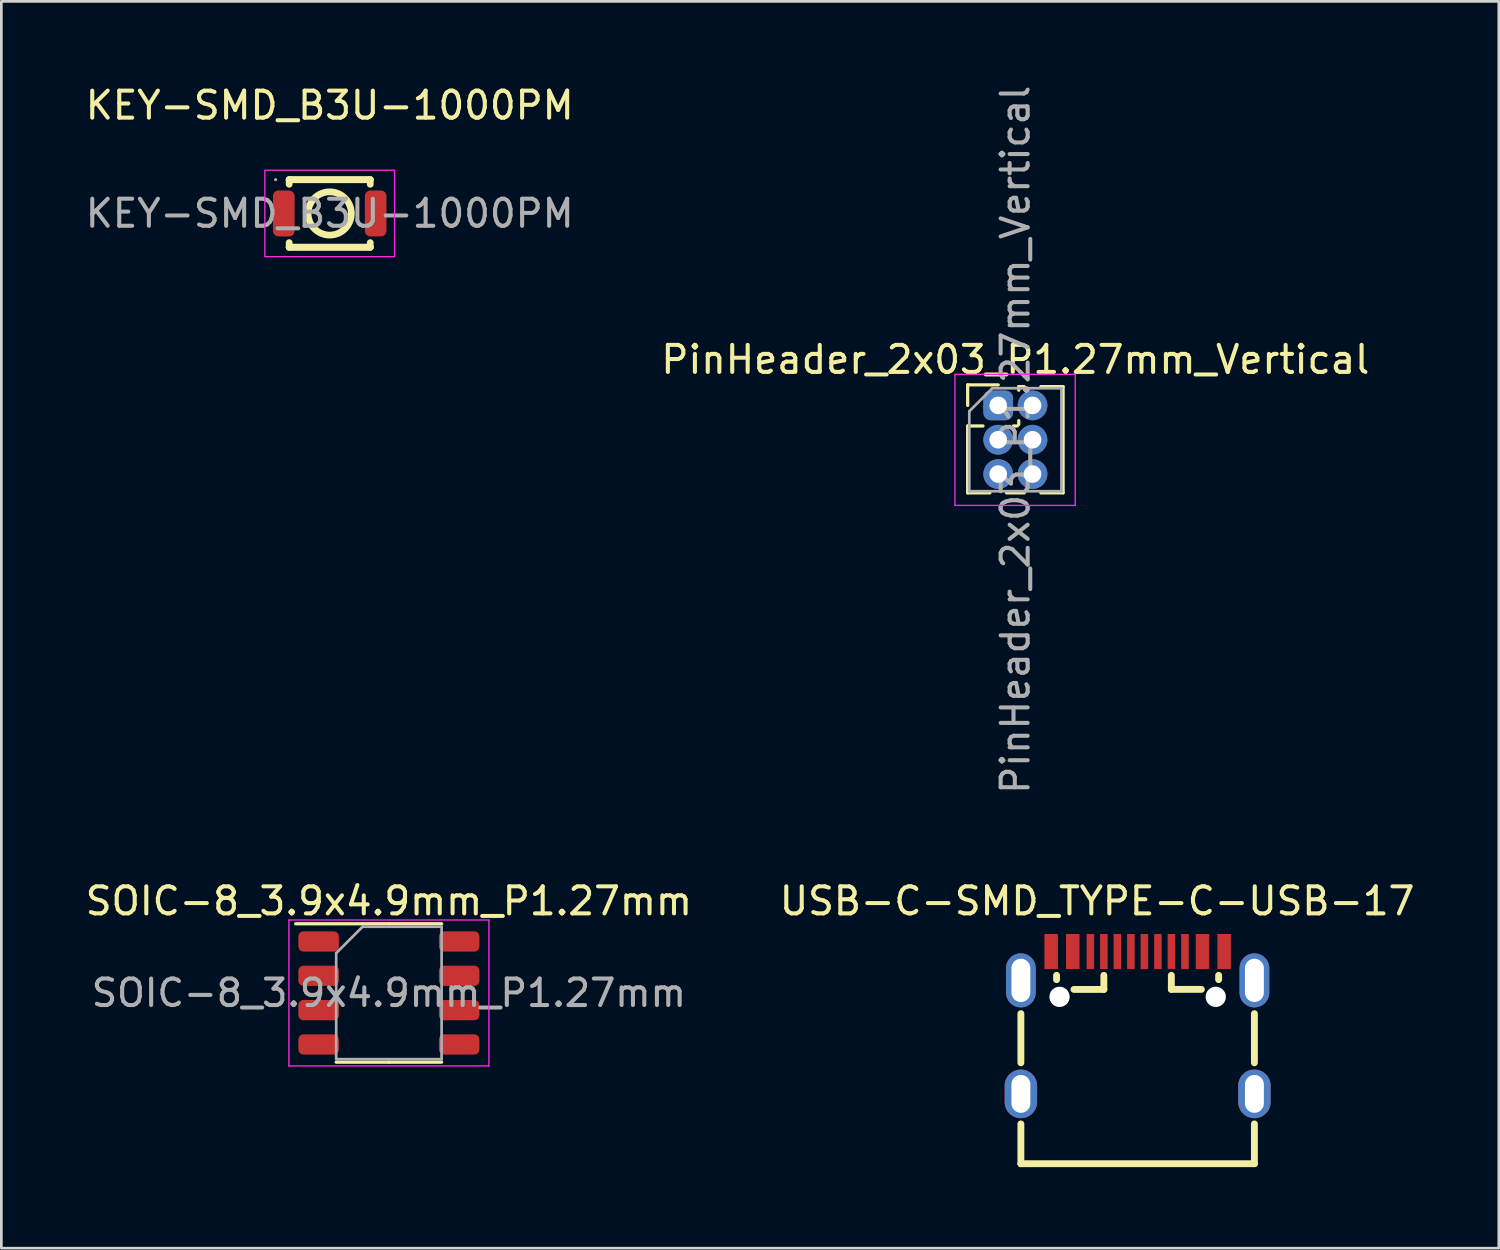
<source format=kicad_pcb>
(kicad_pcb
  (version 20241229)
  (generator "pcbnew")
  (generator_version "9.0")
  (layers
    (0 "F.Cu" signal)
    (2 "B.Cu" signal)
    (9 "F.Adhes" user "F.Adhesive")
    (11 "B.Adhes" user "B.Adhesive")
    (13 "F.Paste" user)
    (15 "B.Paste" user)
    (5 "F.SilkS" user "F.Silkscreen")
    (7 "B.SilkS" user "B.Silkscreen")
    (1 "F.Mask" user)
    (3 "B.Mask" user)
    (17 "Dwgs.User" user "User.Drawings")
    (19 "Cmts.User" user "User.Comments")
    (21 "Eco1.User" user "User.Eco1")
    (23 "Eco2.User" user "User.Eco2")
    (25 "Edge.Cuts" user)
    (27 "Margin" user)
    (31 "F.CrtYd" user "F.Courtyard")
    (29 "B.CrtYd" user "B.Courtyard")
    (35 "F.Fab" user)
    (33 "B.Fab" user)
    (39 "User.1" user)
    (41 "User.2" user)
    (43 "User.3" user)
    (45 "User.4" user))
  (footprint "USB-C-SMD_TYPE-C-USB-17"
    (layer "F.Cu")
    (at 39.042 34.289)
    (property "Reference" "USB-C-SMD_TYPE-C-USB-17" (at -1.5 -4 0) (layer "F.SilkS") (effects (font (size 1 1) (thickness 0.15))))
    (attr through_hole)
    (fp_line (start -4.32 1.983) (end -4.32 0.165) (stroke (width 0.254) (type solid)) (layer "F.SilkS"))
    (fp_line (start -4.32 5.717) (end -4.32 4.245) (stroke (width 0.254) (type solid)) (layer "F.SilkS"))
    (fp_line (start -3 -1.093) (end -3 -1.252) (stroke (width 0.254) (type solid)) (layer "F.SilkS"))
    (fp_line (start -2.357 -0.731) (end -1.25 -0.731) (stroke (width 0.254) (type solid)) (layer "F.SilkS"))
    (fp_line (start -1.25 -0.731) (end -1.25 -1.252) (stroke (width 0.254) (type solid)) (layer "F.SilkS"))
    (fp_line (start 1.247 -0.733) (end 1.247 -1.253) (stroke (width 0.254) (type solid)) (layer "F.SilkS"))
    (fp_line (start 1.247 -0.733) (end 2.357 -0.733) (stroke (width 0.254) (type solid)) (layer "F.SilkS"))
    (fp_line (start 2.997 -1.094) (end 2.997 -1.252) (stroke (width 0.254) (type solid)) (layer "F.SilkS"))
    (fp_line (start 4.32 1.983) (end 4.32 0.165) (stroke (width 0.254) (type solid)) (layer "F.SilkS"))
    (fp_line (start 4.32 5.717) (end -4.32 5.717) (stroke (width 0.254) (type solid)) (layer "F.SilkS"))
    (fp_line (start 4.32 5.717) (end 4.32 4.245) (stroke (width 0.254) (type solid)) (layer "F.SilkS"))
    (pad "" np_thru_hole circle (at -2.89 -0.456) (size 0.75 0.75) (drill 0.75) (layers "*.Cu" "*.Mask"))
    (pad "" np_thru_hole circle (at 2.89 -0.456) (size 0.75 0.75) (drill 0.75) (layers "*.Cu" "*.Mask"))
    (pad "0" thru_hole oval (at -4.32 -1.066) (size 1.1 2) (drill oval 0.7 1.6) (layers "*.Cu" "*.Mask"))
    (pad "0" thru_hole oval (at -4.32 3.134) (size 1.2 1.8) (drill oval 0.7 1.4) (layers "*.Cu" "*.Mask"))
    (pad "0" thru_hole oval (at 4.32 -1.066) (size 1.1 2) (drill oval 0.7 1.6) (layers "*.Cu" "*.Mask"))
    (pad "0" thru_hole oval (at 4.32 3.134) (size 1.2 1.8) (drill oval 0.7 1.4) (layers "*.Cu" "*.Mask"))
    (pad "A1" smd rect (at -3.2 -2.133) (size 0.5 1.3) (layers "F.Cu" "F.Mask" "F.Paste"))
    (pad "A4" smd rect (at -2.4 -2.133) (size 0.5 1.3) (layers "F.Cu" "F.Mask" "F.Paste"))
    (pad "A5" smd rect (at -1.25 -2.133) (size 0.28 1.3) (layers "F.Cu" "F.Mask" "F.Paste"))
    (pad "A6" smd rect (at -0.25 -2.133) (size 0.28 1.3) (layers "F.Cu" "F.Mask" "F.Paste"))
    (pad "A7" smd rect (at 0.25 -2.133) (size 0.28 1.3) (layers "F.Cu" "F.Mask" "F.Paste"))
    (pad "A8" smd rect (at 1.25 -2.134) (size 0.28 1.3) (layers "F.Cu" "F.Mask" "F.Paste"))
    (pad "A9" smd rect (at 2.4 -2.133) (size 0.5 1.3) (layers "F.Cu" "F.Mask" "F.Paste"))
    (pad "A12" smd rect (at 3.2 -2.133) (size 0.5 1.3) (layers "F.Cu" "F.Mask" "F.Paste"))
    (pad "B5" smd rect (at 1.75 -2.133) (size 0.28 1.3) (layers "F.Cu" "F.Mask" "F.Paste"))
    (pad "B6" smd rect (at 0.75 -2.133) (size 0.28 1.3) (layers "F.Cu" "F.Mask" "F.Paste"))
    (pad "B7" smd rect (at -0.75 -2.133) (size 0.28 1.3) (layers "F.Cu" "F.Mask" "F.Paste"))
    (pad "B8" smd rect (at -1.75 -2.134) (size 0.28 1.3) (layers "F.Cu" "F.Mask" "F.Paste")))
  (footprint "KEY-SMD_B3U-1000PM"
    (layer "F.Cu")
    (at 9.149 4.848)
    (property "Reference" "KEY-SMD_B3U-1000PM" (at 0 -4 0) (layer "F.SilkS") (effects (font (size 1 1) (thickness 0.15))))
    (attr smd)
    (fp_line (start -1.5 -1.25) (end 1.5 -1.25) (stroke (width 0.25) (type solid)) (layer "F.SilkS"))
    (fp_line (start -1.5 -1.25) (end 1.5 -1.25) (stroke (width 0.25) (type solid)) (layer "F.SilkS"))
    (fp_line (start -1.5 -1.08) (end -1.5 -1.25) (stroke (width 0.25) (type solid)) (layer "F.SilkS"))
    (fp_line (start -1.5 1.25) (end -1.5 1.08) (stroke (width 0.25) (type solid)) (layer "F.SilkS"))
    (fp_line (start -1.5 1.25) (end 1.5 1.25) (stroke (width 0.25) (type solid)) (layer "F.SilkS"))
    (fp_line (start 1.5 -1.25) (end 1.5 -1.08) (stroke (width 0.25) (type solid)) (layer "F.SilkS"))
    (fp_line (start 1.5 1.08) (end 1.5 1.25) (stroke (width 0.25) (type solid)) (layer "F.SilkS"))
    (fp_line (start 1.5 1.25) (end -1.5 1.25) (stroke (width 0.25) (type solid)) (layer "F.SilkS"))
    (fp_circle (center 0 0) (end 0.8 0) (stroke (width 0.25) (type solid)) (fill no) (layer "F.SilkS"))
    (fp_rect (start -2.4 -1.6) (end 2.4 1.6) (stroke (width 0.05) (type default)) (fill no) (layer "F.CrtYd"))
    (fp_circle (center -2 -1.25) (end -1.97 -1.25) (stroke (width 0.06) (type solid)) (fill no) (layer "F.Fab"))
    (fp_text user "${REFERENCE}" (at 0 0 0) (layer "F.Fab") (effects (font (size 1 1) (thickness 0.15))))
    (pad "1" smd roundrect (at -1.7 0) (size 0.8 1.7) (layers "F.Cu" "F.Mask" "F.Paste") (roundrect_rratio 0.25))
    (pad "2" smd roundrect (at 1.7 0) (size 0.8 1.7) (layers "F.Cu" "F.Mask" "F.Paste") (roundrect_rratio 0.25)))
  (footprint "PinHeader_2x03_P1.27mm_Vertical"
    (layer "F.Cu")
    (at 33.883 11.95)
    (property "Reference" "PinHeader_2x03_P1.27mm_Vertical" (at 0.635 -1.695 0) (layer "F.SilkS") (effects (font (size 1 1) (thickness 0.15))))
    (attr through_hole)
    (fp_line (start -1.13 -0.76) (end 0 -0.76) (stroke (width 0.12) (type solid)) (layer "F.SilkS"))
    (fp_line (start -1.13 0) (end -1.13 -0.76) (stroke (width 0.12) (type solid)) (layer "F.SilkS"))
    (fp_line (start -1.13 0.76) (end -1.13 3.235) (stroke (width 0.12) (type solid)) (layer "F.SilkS"))
    (fp_line (start -1.13 0.76) (end -0.563 0.76) (stroke (width 0.12) (type solid)) (layer "F.SilkS"))
    (fp_line (start -1.13 3.235) (end -0.308 3.235) (stroke (width 0.12) (type solid)) (layer "F.SilkS"))
    (fp_line (start 0.308 3.235) (end 0.962 3.235) (stroke (width 0.12) (type solid)) (layer "F.SilkS"))
    (fp_line (start 0.563 0.76) (end 0.707 0.76) (stroke (width 0.12) (type solid)) (layer "F.SilkS"))
    (fp_line (start 0.76 -0.695) (end 0.962 -0.695) (stroke (width 0.12) (type solid)) (layer "F.SilkS"))
    (fp_line (start 0.76 -0.563) (end 0.76 -0.695) (stroke (width 0.12) (type solid)) (layer "F.SilkS"))
    (fp_line (start 0.76 0.707) (end 0.76 0.563) (stroke (width 0.12) (type solid)) (layer "F.SilkS"))
    (fp_line (start 1.578 -0.695) (end 2.4 -0.695) (stroke (width 0.12) (type solid)) (layer "F.SilkS"))
    (fp_line (start 1.578 3.235) (end 2.4 3.235) (stroke (width 0.12) (type solid)) (layer "F.SilkS"))
    (fp_line (start 2.4 -0.695) (end 2.4 3.235) (stroke (width 0.12) (type solid)) (layer "F.SilkS"))
    (fp_line (start -1.6 -1.15) (end -1.6 3.7) (stroke (width 0.05) (type solid)) (layer "F.CrtYd"))
    (fp_line (start -1.6 3.7) (end 2.85 3.7) (stroke (width 0.05) (type solid)) (layer "F.CrtYd"))
    (fp_line (start 2.85 -1.15) (end -1.6 -1.15) (stroke (width 0.05) (type solid)) (layer "F.CrtYd"))
    (fp_line (start 2.85 3.7) (end 2.85 -1.15) (stroke (width 0.05) (type solid)) (layer "F.CrtYd"))
    (fp_line (start -1.07 0.217) (end -0.217 -0.635) (stroke (width 0.1) (type solid)) (layer "F.Fab"))
    (fp_line (start -1.07 3.175) (end -1.07 0.217) (stroke (width 0.1) (type solid)) (layer "F.Fab"))
    (fp_line (start -0.217 -0.635) (end 2.34 -0.635) (stroke (width 0.1) (type solid)) (layer "F.Fab"))
    (fp_line (start 2.34 -0.635) (end 2.34 3.175) (stroke (width 0.1) (type solid)) (layer "F.Fab"))
    (fp_line (start 2.34 3.175) (end -1.07 3.175) (stroke (width 0.1) (type solid)) (layer "F.Fab"))
    (fp_text user "${REFERENCE}" (at 0.635 1.27 90) (layer "F.Fab") (effects (font (size 1 1) (thickness 0.15))))
    (pad "1" thru_hole roundrect (at 0 0) (size 1.1 1.1) (drill 0.65) (layers "*.Cu" "*.Mask") (roundrect_rratio 0.25))
    (pad "2" thru_hole circle (at 1.27 0) (size 1.1 1.1) (drill 0.65) (layers "*.Cu" "*.Mask"))
    (pad "3" thru_hole circle (at 0 1.27) (size 1.1 1.1) (drill 0.65) (layers "*.Cu" "*.Mask"))
    (pad "4" thru_hole circle (at 1.27 1.27) (size 1.1 1.1) (drill 0.65) (layers "*.Cu" "*.Mask"))
    (pad "5" thru_hole circle (at 0 2.54) (size 1.1 1.1) (drill 0.65) (layers "*.Cu" "*.Mask"))
    (pad "6" thru_hole circle (at 1.27 2.54) (size 1.1 1.1) (drill 0.65) (layers "*.Cu" "*.Mask")))
  (footprint "SOIC-8_3.9x4.9mm_P1.27mm"
    (layer "F.Cu")
    (at 11.339 33.689)
    (property "Reference" "SOIC-8_3.9x4.9mm_P1.27mm" (at 0 -3.4 0) (layer "F.SilkS") (effects (font (size 1 1) (thickness 0.15))))
    (attr smd)
    (fp_line (start 0 -2.56) (end -3.45 -2.56) (stroke (width 0.12) (type solid)) (layer "F.SilkS"))
    (fp_line (start 0 -2.56) (end 1.95 -2.56) (stroke (width 0.12) (type solid)) (layer "F.SilkS"))
    (fp_line (start 0 2.56) (end -1.95 2.56) (stroke (width 0.12) (type solid)) (layer "F.SilkS"))
    (fp_line (start 0 2.56) (end 1.95 2.56) (stroke (width 0.12) (type solid)) (layer "F.SilkS"))
    (fp_line (start -3.7 -2.7) (end -3.7 2.7) (stroke (width 0.05) (type solid)) (layer "F.CrtYd"))
    (fp_line (start -3.7 2.7) (end 3.7 2.7) (stroke (width 0.05) (type solid)) (layer "F.CrtYd"))
    (fp_line (start 3.7 -2.7) (end -3.7 -2.7) (stroke (width 0.05) (type solid)) (layer "F.CrtYd"))
    (fp_line (start 3.7 2.7) (end 3.7 -2.7) (stroke (width 0.05) (type solid)) (layer "F.CrtYd"))
    (fp_line (start -1.95 -1.475) (end -0.975 -2.45) (stroke (width 0.1) (type solid)) (layer "F.Fab"))
    (fp_line (start -1.95 2.45) (end -1.95 -1.475) (stroke (width 0.1) (type solid)) (layer "F.Fab"))
    (fp_line (start -0.975 -2.45) (end 1.95 -2.45) (stroke (width 0.1) (type solid)) (layer "F.Fab"))
    (fp_line (start 1.95 -2.45) (end 1.95 2.45) (stroke (width 0.1) (type solid)) (layer "F.Fab"))
    (fp_line (start 1.95 2.45) (end -1.95 2.45) (stroke (width 0.1) (type solid)) (layer "F.Fab"))
    (fp_text user "${REFERENCE}" (at 0 0 0) (layer "F.Fab") (effects (font (size 0.98 0.98) (thickness 0.15))))
    (pad "1" smd roundrect (at -2.6 -1.905) (size 1.5 0.75) (layers "F.Cu" "F.Mask" "F.Paste") (roundrect_rratio 0.25))
    (pad "2" smd roundrect (at -2.6 -0.635) (size 1.5 0.75) (layers "F.Cu" "F.Mask" "F.Paste") (roundrect_rratio 0.25))
    (pad "3" smd roundrect (at -2.6 0.635) (size 1.5 0.75) (layers "F.Cu" "F.Mask" "F.Paste") (roundrect_rratio 0.25))
    (pad "4" smd roundrect (at -2.6 1.905) (size 1.5 0.75) (layers "F.Cu" "F.Mask" "F.Paste") (roundrect_rratio 0.25))
    (pad "5" smd roundrect (at 2.6 1.905) (size 1.5 0.75) (layers "F.Cu" "F.Mask" "F.Paste") (roundrect_rratio 0.25))
    (pad "6" smd roundrect (at 2.6 0.635) (size 1.5 0.75) (layers "F.Cu" "F.Mask" "F.Paste") (roundrect_rratio 0.25))
    (pad "7" smd roundrect (at 2.6 -0.635) (size 1.5 0.75) (layers "F.Cu" "F.Mask" "F.Paste") (roundrect_rratio 0.25))
    (pad "8" smd roundrect (at 2.6 -1.905) (size 1.5 0.75) (layers "F.Cu" "F.Mask" "F.Paste") (roundrect_rratio 0.25)))
  (gr_rect
    (start -3 -3)
    (end 52.405 43.133)
    (stroke (width 0.1) (type default))
    (fill no)
    (layer "Edge.Cuts")))
</source>
